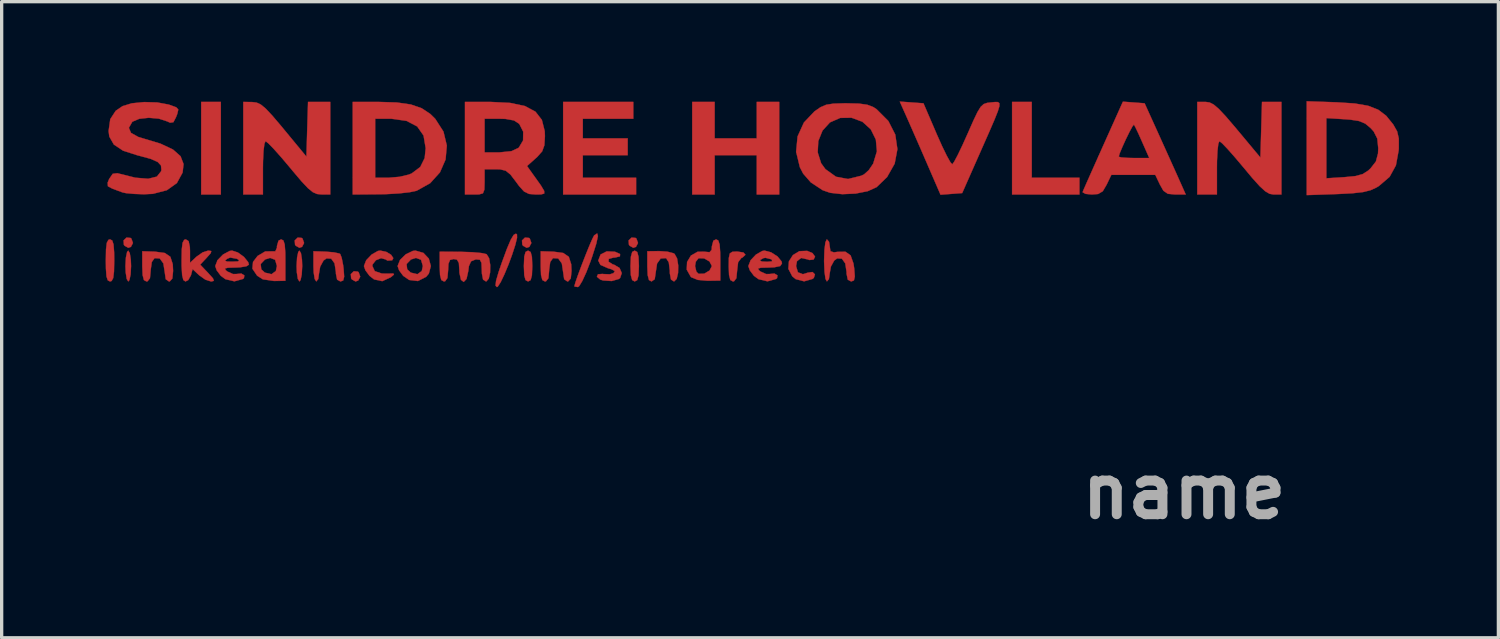
<source format=kicad_pcb>
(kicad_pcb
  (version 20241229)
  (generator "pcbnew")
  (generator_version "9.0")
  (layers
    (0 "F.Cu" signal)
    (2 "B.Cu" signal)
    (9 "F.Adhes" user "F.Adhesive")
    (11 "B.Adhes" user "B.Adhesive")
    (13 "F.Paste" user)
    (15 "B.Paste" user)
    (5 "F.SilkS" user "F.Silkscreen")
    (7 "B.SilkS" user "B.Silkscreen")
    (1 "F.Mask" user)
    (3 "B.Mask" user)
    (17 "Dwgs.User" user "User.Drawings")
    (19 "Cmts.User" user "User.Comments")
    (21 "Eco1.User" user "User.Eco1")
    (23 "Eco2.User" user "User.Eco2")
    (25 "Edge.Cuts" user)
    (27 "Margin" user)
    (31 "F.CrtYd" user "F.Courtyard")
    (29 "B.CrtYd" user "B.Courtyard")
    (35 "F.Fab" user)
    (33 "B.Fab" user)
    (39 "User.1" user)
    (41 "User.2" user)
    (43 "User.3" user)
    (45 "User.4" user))
  (footprint "name"
    (layer "F.Cu")
    (at 0.25 5.428)
    (property "Reference" "name" (at 32.43 6.35 0) (layer "F.Fab") (effects (font (size 1.524 1.524) (thickness 0.3))))
    (attr through_hole)
    (fp_poly (pts (xy 3.364 -2.609) (xy 2.771 -2.609) (xy 2.771 -5.403) (xy 3.364 -5.403) (xy 3.364 -2.609)) (stroke (width 0.01) (type solid)) (fill yes) (layer "F.Cu"))
    (fp_poly (pts (xy 27.833 -3.117) (xy 29.272 -3.117) (xy 29.272 -2.609) (xy 27.24 -2.609) (xy 27.24 -5.403) (xy 27.833 -5.403) (xy 27.833 -3.117)) (stroke (width 0.01) (type solid)) (fill yes) (layer "F.Cu"))
    (fp_poly (pts (xy 0.641 -1.298) (xy 0.664 -1.279) (xy 0.712 -1.146) (xy 0.65 -1.028) (xy 0.57 -1.001) (xy 0.461 -1.062) (xy 0.438 -1.093) (xy 0.428 -1.222) (xy 0.518 -1.309) (xy 0.641 -1.298)) (stroke (width 0.01) (type solid)) (fill yes) (layer "F.Cu"))
    (fp_poly (pts (xy 5.806 -1.298) (xy 5.829 -1.279) (xy 5.876 -1.146) (xy 5.814 -1.028) (xy 5.735 -1.001) (xy 5.626 -1.062) (xy 5.603 -1.093) (xy 5.593 -1.222) (xy 5.683 -1.309) (xy 5.806 -1.298)) (stroke (width 0.01) (type solid)) (fill yes) (layer "F.Cu"))
    (fp_poly (pts (xy 7.499 -0.282) (xy 7.522 -0.263) (xy 7.57 -0.13) (xy 7.508 -0.012) (xy 7.428 0.015) (xy 7.319 -0.046) (xy 7.296 -0.077) (xy 7.286 -0.206) (xy 7.376 -0.293) (xy 7.499 -0.282)) (stroke (width 0.01) (type solid)) (fill yes) (layer "F.Cu"))
    (fp_poly (pts (xy 12.664 -1.298) (xy 12.687 -1.279) (xy 12.734 -1.146) (xy 12.672 -1.028) (xy 12.593 -1.001) (xy 12.484 -1.062) (xy 12.461 -1.093) (xy 12.451 -1.222) (xy 12.541 -1.309) (xy 12.664 -1.298)) (stroke (width 0.01) (type solid)) (fill yes) (layer "F.Cu"))
    (fp_poly (pts (xy 15.881 -1.298) (xy 15.904 -1.279) (xy 15.952 -1.146) (xy 15.89 -1.028) (xy 15.81 -1.001) (xy 15.701 -1.062) (xy 15.678 -1.093) (xy 15.668 -1.222) (xy 15.758 -1.309) (xy 15.881 -1.298)) (stroke (width 0.01) (type solid)) (fill yes) (layer "F.Cu"))
    (fp_poly (pts (xy 0.616 -0.84) (xy 0.647 -0.642) (xy 0.655 -0.45) (xy 0.641 -0.195) (xy 0.605 -0.026) (xy 0.57 0.015) (xy 0.524 -0.061) (xy 0.493 -0.259) (xy 0.485 -0.45) (xy 0.499 -0.705) (xy 0.535 -0.875) (xy 0.57 -0.916) (xy 0.616 -0.84)) (stroke (width 0.01) (type solid)) (fill yes) (layer "F.Cu"))
    (fp_poly (pts (xy 5.781 -0.84) (xy 5.812 -0.642) (xy 5.819 -0.45) (xy 5.805 -0.195) (xy 5.769 -0.026) (xy 5.735 0.015) (xy 5.688 -0.061) (xy 5.657 -0.259) (xy 5.65 -0.45) (xy 5.664 -0.705) (xy 5.7 -0.875) (xy 5.735 -0.916) (xy 5.781 -0.84)) (stroke (width 0.01) (type solid)) (fill yes) (layer "F.Cu"))
    (fp_poly (pts (xy 12.712 -0.874) (xy 12.751 -0.728) (xy 12.762 -0.45) (xy 12.751 -0.17) (xy 12.711 -0.025) (xy 12.635 0.015) (xy 12.558 -0.027) (xy 12.519 -0.173) (xy 12.508 -0.45) (xy 12.519 -0.731) (xy 12.559 -0.876) (xy 12.635 -0.916) (xy 12.712 -0.874)) (stroke (width 0.01) (type solid)) (fill yes) (layer "F.Cu"))
    (fp_poly (pts (xy 15.81 -4.895) (xy 14.286 -4.895) (xy 14.286 -4.303) (xy 15.641 -4.303) (xy 15.641 -3.795) (xy 14.286 -3.795) (xy 14.286 -3.117) (xy 15.895 -3.117) (xy 15.895 -2.609) (xy 13.693 -2.609) (xy 13.693 -5.403) (xy 15.81 -5.403) (xy 15.81 -4.895)) (stroke (width 0.01) (type solid)) (fill yes) (layer "F.Cu"))
    (fp_poly (pts (xy 15.929 -0.874) (xy 15.968 -0.728) (xy 15.979 -0.45) (xy 15.968 -0.17) (xy 15.928 -0.025) (xy 15.852 0.015) (xy 15.776 -0.027) (xy 15.736 -0.173) (xy 15.725 -0.45) (xy 15.737 -0.731) (xy 15.777 -0.876) (xy 15.852 -0.916) (xy 15.929 -0.874)) (stroke (width 0.01) (type solid)) (fill yes) (layer "F.Cu"))
    (fp_poly (pts (xy 18.265 -4.303) (xy 19.535 -4.303) (xy 19.535 -5.403) (xy 20.213 -5.403) (xy 20.213 -2.609) (xy 19.535 -2.609) (xy 19.535 -3.795) (xy 18.265 -3.795) (xy 18.265 -2.609) (xy 17.588 -2.609) (xy 17.588 -5.403) (xy 18.265 -5.403) (xy 18.265 -4.303)) (stroke (width 0.01) (type solid)) (fill yes) (layer "F.Cu"))
    (fp_poly (pts (xy 0.087 -1.221) (xy 0.126 -1.101) (xy 0.144 -0.864) (xy 0.147 -0.62) (xy 0.14 -0.285) (xy 0.116 -0.088) (xy 0.068 0.001) (xy 0.02 0.015) (xy -0.047 -0.018) (xy -0.087 -0.138) (xy -0.104 -0.376) (xy -0.107 -0.62) (xy -0.101 -0.955) (xy -0.077 -1.151) (xy -0.029 -1.24) (xy 0.02 -1.255) (xy 0.087 -1.221)) (stroke (width 0.01) (type solid)) (fill yes) (layer "F.Cu"))
    (fp_poly (pts (xy 19.134 -0.859) (xy 19.194 -0.791) (xy 19.107 -0.709) (xy 19.07 -0.693) (xy 18.973 -0.567) (xy 18.943 -0.314) (xy 18.92 -0.082) (xy 18.848 0.011) (xy 18.816 0.015) (xy 18.738 -0.028) (xy 18.699 -0.178) (xy 18.689 -0.436) (xy 18.693 -0.697) (xy 18.723 -0.831) (xy 18.802 -0.881) (xy 18.943 -0.888) (xy 19.134 -0.859)) (stroke (width 0.01) (type solid)) (fill yes) (layer "F.Cu"))
    (fp_poly (pts (xy 12.3 -1.407) (xy 12.302 -1.302) (xy 12.249 -1.087) (xy 12.157 -0.804) (xy 12.043 -0.494) (xy 11.921 -0.201) (xy 11.809 0.034) (xy 11.722 0.168) (xy 11.695 0.185) (xy 11.653 0.14) (xy 11.669 -0.006) (xy 11.747 -0.274) (xy 11.844 -0.556) (xy 11.997 -0.972) (xy 12.112 -1.243) (xy 12.199 -1.389) (xy 12.266 -1.426) (xy 12.3 -1.407)) (stroke (width 0.01) (type solid)) (fill yes) (layer "F.Cu"))
    (fp_poly (pts (xy 14.742 -1.355) (xy 14.694 -1.13) (xy 14.576 -0.757) (xy 14.519 -0.592) (xy 14.391 -0.261) (xy 14.271 0.00022) (xy 14.176 0.156) (xy 14.138 0.184) (xy 14.039 0.168) (xy 14.032 0.158) (xy 14.062 0.047) (xy 14.139 -0.175) (xy 14.246 -0.462) (xy 14.366 -0.771) (xy 14.481 -1.056) (xy 14.575 -1.272) (xy 14.628 -1.375) (xy 14.629 -1.376) (xy 14.72 -1.435) (xy 14.742 -1.355)) (stroke (width 0.01) (type solid)) (fill yes) (layer "F.Cu"))
    (fp_poly (pts (xy 1.378 -0.884) (xy 1.673 -0.844) (xy 1.841 -0.729) (xy 1.913 -0.505) (xy 1.923 -0.302) (xy 1.901 -0.075) (xy 1.824 0.012) (xy 1.798 0.015) (xy 1.701 -0.053) (xy 1.671 -0.264) (xy 1.63 -0.529) (xy 1.521 -0.679) (xy 1.364 -0.689) (xy 1.281 -0.573) (xy 1.247 -0.334) (xy 1.247 -0.314) (xy 1.225 -0.082) (xy 1.152 0.011) (xy 1.12 0.015) (xy 1.043 -0.027) (xy 1.004 -0.176) (xy 0.993 -0.441) (xy 0.993 -0.896) (xy 1.378 -0.884)) (stroke (width 0.01) (type solid)) (fill yes) (layer "F.Cu"))
    (fp_poly (pts (xy 13.401 -0.884) (xy 13.696 -0.844) (xy 13.864 -0.729) (xy 13.936 -0.505) (xy 13.946 -0.302) (xy 13.923 -0.075) (xy 13.846 0.012) (xy 13.82 0.015) (xy 13.724 -0.053) (xy 13.693 -0.264) (xy 13.653 -0.529) (xy 13.544 -0.679) (xy 13.387 -0.689) (xy 13.303 -0.573) (xy 13.27 -0.334) (xy 13.27 -0.314) (xy 13.248 -0.082) (xy 13.175 0.011) (xy 13.143 0.015) (xy 13.066 -0.027) (xy 13.026 -0.176) (xy 13.016 -0.441) (xy 13.016 -0.896) (xy 13.401 -0.884)) (stroke (width 0.01) (type solid)) (fill yes) (layer "F.Cu"))
    (fp_poly (pts (xy 21.218 -0.84) (xy 21.295 -0.734) (xy 21.249 -0.646) (xy 21.122 -0.632) (xy 21.075 -0.65) (xy 20.873 -0.694) (xy 20.748 -0.595) (xy 20.721 -0.45) (xy 20.777 -0.261) (xy 20.928 -0.204) (xy 21.075 -0.25) (xy 21.218 -0.27) (xy 21.292 -0.198) (xy 21.257 -0.092) (xy 21.218 -0.061) (xy 20.965 0.011) (xy 20.711 -0.055) (xy 20.607 -0.14) (xy 20.489 -0.367) (xy 20.506 -0.593) (xy 20.627 -0.782) (xy 20.821 -0.899) (xy 21.057 -0.908) (xy 21.218 -0.84)) (stroke (width 0.01) (type solid)) (fill yes) (layer "F.Cu"))
    (fp_poly (pts (xy 8.353 -0.879) (xy 8.5 -0.791) (xy 8.568 -0.69) (xy 8.534 -0.623) (xy 8.39 -0.615) (xy 8.339 -0.649) (xy 8.2 -0.688) (xy 8.043 -0.626) (xy 7.943 -0.499) (xy 7.936 -0.452) (xy 8.009 -0.296) (xy 8.222 -0.224) (xy 8.399 -0.221) (xy 8.569 -0.226) (xy 8.588 -0.193) (xy 8.491 -0.111) (xy 8.234 0.006) (xy 7.988 -0.047) (xy 7.851 -0.154) (xy 7.726 -0.322) (xy 7.682 -0.45) (xy 7.75 -0.625) (xy 7.913 -0.796) (xy 8.103 -0.905) (xy 8.174 -0.916) (xy 8.353 -0.879)) (stroke (width 0.01) (type solid)) (fill yes) (layer "F.Cu"))
    (fp_poly (pts (xy 16.84 -0.884) (xy 17.025 -0.835) (xy 17.056 -0.816) (xy 17.131 -0.68) (xy 17.165 -0.469) (xy 17.161 -0.243) (xy 17.119 -0.062) (xy 17.041 0.015) (xy 17.038 0.015) (xy 16.948 -0.042) (xy 16.912 -0.232) (xy 16.911 -0.314) (xy 16.881 -0.561) (xy 16.801 -0.686) (xy 16.794 -0.689) (xy 16.636 -0.678) (xy 16.527 -0.527) (xy 16.487 -0.264) (xy 16.456 -0.052) (xy 16.36 0.015) (xy 16.283 -0.027) (xy 16.244 -0.176) (xy 16.233 -0.44) (xy 16.233 -0.896) (xy 16.591 -0.901) (xy 16.84 -0.884)) (stroke (width 0.01) (type solid)) (fill yes) (layer "F.Cu"))
    (fp_poly (pts (xy 6.533 -0.884) (xy 6.774 -0.864) (xy 6.937 -0.829) (xy 6.966 -0.813) (xy 7.01 -0.7) (xy 7.053 -0.483) (xy 7.068 -0.37) (xy 7.085 -0.129) (xy 7.056 -0.014) (xy 6.974 0.015) (xy 6.973 0.015) (xy 6.873 -0.039) (xy 6.836 -0.22) (xy 6.835 -0.271) (xy 6.796 -0.53) (xy 6.695 -0.673) (xy 6.553 -0.681) (xy 6.463 -0.617) (xy 6.362 -0.433) (xy 6.327 -0.233) (xy 6.302 -0.057) (xy 6.243 0.015) (xy 6.196 -0.061) (xy 6.165 -0.258) (xy 6.158 -0.441) (xy 6.158 -0.896) (xy 6.533 -0.884)) (stroke (width 0.01) (type solid)) (fill yes) (layer "F.Cu"))
    (fp_poly (pts (xy 9.477 -0.847) (xy 9.639 -0.675) (xy 9.701 -0.45) (xy 9.64 -0.222) (xy 9.559 -0.125) (xy 9.31 0.002) (xy 9.047 -0.03) (xy 8.867 -0.154) (xy 8.742 -0.322) (xy 8.698 -0.45) (xy 8.722 -0.511) (xy 8.968 -0.511) (xy 8.987 -0.351) (xy 9.095 -0.252) (xy 9.296 -0.204) (xy 9.427 -0.3) (xy 9.46 -0.452) (xy 9.404 -0.64) (xy 9.252 -0.696) (xy 9.1 -0.648) (xy 8.968 -0.511) (xy 8.722 -0.511) (xy 8.77 -0.633) (xy 8.943 -0.803) (xy 9.156 -0.906) (xy 9.235 -0.916) (xy 9.477 -0.847)) (stroke (width 0.01) (type solid)) (fill yes) (layer "F.Cu"))
    (fp_poly (pts (xy 15.256 -0.882) (xy 15.411 -0.812) (xy 15.407 -0.743) (xy 15.253 -0.705) (xy 15.211 -0.704) (xy 15.069 -0.666) (xy 15.063 -0.582) (xy 15.189 -0.501) (xy 15.233 -0.489) (xy 15.396 -0.391) (xy 15.462 -0.238) (xy 15.412 -0.091) (xy 15.374 -0.06) (xy 15.159 0.002) (xy 14.9 -0.015) (xy 14.815 -0.041) (xy 14.711 -0.127) (xy 14.744 -0.202) (xy 14.886 -0.213) (xy 14.9 -0.209) (xy 15.103 -0.201) (xy 15.212 -0.236) (xy 15.254 -0.297) (xy 15.151 -0.354) (xy 15.042 -0.386) (xy 14.819 -0.484) (xy 14.752 -0.616) (xy 14.823 -0.799) (xy 15.009 -0.893) (xy 15.256 -0.882)) (stroke (width 0.01) (type solid)) (fill yes) (layer "F.Cu"))
    (fp_poly (pts (xy 2.392 -1.201) (xy 2.429 -1.022) (xy 2.433 -0.901) (xy 2.433 -0.548) (xy 2.629 -0.732) (xy 2.816 -0.863) (xy 2.982 -0.916) (xy 3.075 -0.903) (xy 3.06 -0.841) (xy 2.94 -0.704) (xy 2.741 -0.492) (xy 2.983 -0.238) (xy 3.126 -0.079) (xy 3.154 -0.004) (xy 3.078 0.015) (xy 3.068 0.015) (xy 2.896 -0.04) (xy 2.71 -0.172) (xy 2.511 -0.359) (xy 2.462 -0.172) (xy 2.379 -0.025) (xy 2.296 0.015) (xy 2.233 -0.027) (xy 2.196 -0.173) (xy 2.18 -0.449) (xy 2.179 -0.62) (xy 2.185 -0.955) (xy 2.209 -1.151) (xy 2.257 -1.24) (xy 2.306 -1.255) (xy 2.392 -1.201)) (stroke (width 0.01) (type solid)) (fill yes) (layer "F.Cu"))
    (fp_poly (pts (xy 5.252 -1.221) (xy 5.291 -1.1) (xy 5.309 -0.86) (xy 5.311 -0.63) (xy 5.311 -0.005) (xy 4.967 0.000025) (xy 4.633 -0.049) (xy 4.459 -0.159) (xy 4.316 -0.371) (xy 4.329 -0.511) (xy 4.566 -0.511) (xy 4.584 -0.351) (xy 4.692 -0.252) (xy 4.893 -0.204) (xy 5.024 -0.3) (xy 5.057 -0.452) (xy 5.001 -0.64) (xy 4.85 -0.696) (xy 4.697 -0.648) (xy 4.566 -0.511) (xy 4.329 -0.511) (xy 4.335 -0.574) (xy 4.473 -0.755) (xy 4.703 -0.891) (xy 4.854 -0.894) (xy 5.007 -0.893) (xy 5.056 -1.001) (xy 5.057 -1.055) (xy 5.104 -1.216) (xy 5.184 -1.255) (xy 5.252 -1.221)) (stroke (width 0.01) (type solid)) (fill yes) (layer "F.Cu"))
    (fp_poly (pts (xy 33.2 -5.386) (xy 33.326 -5.321) (xy 33.482 -5.187) (xy 33.691 -4.964) (xy 33.976 -4.631) (xy 34.032 -4.564) (xy 34.733 -3.724) (xy 34.757 -4.564) (xy 34.781 -5.403) (xy 35.368 -5.403) (xy 35.368 -2.609) (xy 35.131 -2.609) (xy 35.01 -2.63) (xy 34.878 -2.707) (xy 34.71 -2.861) (xy 34.484 -3.112) (xy 34.232 -3.414) (xy 33.972 -3.722) (xy 33.748 -3.976) (xy 33.582 -4.15) (xy 33.497 -4.218) (xy 33.495 -4.218) (xy 33.463 -4.14) (xy 33.438 -3.929) (xy 33.423 -3.622) (xy 33.421 -3.414) (xy 33.421 -2.609) (xy 32.828 -2.609) (xy 32.828 -5.403) (xy 33.08 -5.403) (xy 33.2 -5.386)) (stroke (width 0.01) (type solid)) (fill yes) (layer "F.Cu"))
    (fp_poly (pts (xy 6.666 -2.609) (xy 6.391 -2.611) (xy 6.263 -2.625) (xy 6.139 -2.68) (xy 5.994 -2.799) (xy 5.803 -3.001) (xy 5.541 -3.31) (xy 5.454 -3.415) (xy 5.194 -3.723) (xy 4.968 -3.977) (xy 4.801 -4.15) (xy 4.715 -4.218) (xy 4.713 -4.218) (xy 4.679 -4.14) (xy 4.652 -3.929) (xy 4.637 -3.622) (xy 4.634 -3.414) (xy 4.634 -2.609) (xy 4.041 -2.609) (xy 4.041 -5.403) (xy 4.316 -5.398) (xy 4.444 -5.382) (xy 4.569 -5.324) (xy 4.716 -5.203) (xy 4.91 -4.997) (xy 5.175 -4.686) (xy 5.269 -4.572) (xy 5.946 -3.752) (xy 5.97 -4.578) (xy 5.995 -5.403) (xy 6.666 -5.403) (xy 6.666 -2.609)) (stroke (width 0.01) (type solid)) (fill yes) (layer "F.Cu"))
    (fp_poly (pts (xy 18.375 -1.221) (xy 18.415 -1.099) (xy 18.432 -0.859) (xy 18.435 -0.633) (xy 18.435 -0.012) (xy 18.052 -0.006) (xy 17.755 -0.032) (xy 17.559 -0.112) (xy 17.544 -0.125) (xy 17.422 -0.343) (xy 17.427 -0.45) (xy 17.673 -0.45) (xy 17.713 -0.282) (xy 17.778 -0.215) (xy 17.951 -0.22) (xy 18.111 -0.315) (xy 18.181 -0.45) (xy 18.109 -0.588) (xy 17.948 -0.681) (xy 17.778 -0.686) (xy 17.696 -0.582) (xy 17.673 -0.45) (xy 17.427 -0.45) (xy 17.433 -0.573) (xy 17.55 -0.768) (xy 17.751 -0.881) (xy 17.94 -0.884) (xy 18.111 -0.868) (xy 18.174 -0.94) (xy 18.181 -1.045) (xy 18.225 -1.214) (xy 18.308 -1.255) (xy 18.375 -1.221)) (stroke (width 0.01) (type solid)) (fill yes) (layer "F.Cu"))
    (fp_poly (pts (xy 21.716 -1.182) (xy 21.737 -1.045) (xy 21.759 -0.898) (xy 21.862 -0.863) (xy 21.969 -0.878) (xy 22.212 -0.882) (xy 22.367 -0.772) (xy 22.454 -0.526) (xy 22.476 -0.376) (xy 22.494 -0.133) (xy 22.467 -0.016) (xy 22.387 0.015) (xy 22.383 0.015) (xy 22.282 -0.039) (xy 22.245 -0.22) (xy 22.245 -0.271) (xy 22.206 -0.53) (xy 22.104 -0.673) (xy 21.962 -0.681) (xy 21.873 -0.617) (xy 21.772 -0.433) (xy 21.737 -0.233) (xy 21.712 -0.057) (xy 21.652 0.015) (xy 21.609 -0.064) (xy 21.58 -0.277) (xy 21.567 -0.59) (xy 21.567 -0.62) (xy 21.578 -0.94) (xy 21.606 -1.163) (xy 21.648 -1.254) (xy 21.652 -1.255) (xy 21.716 -1.182)) (stroke (width 0.01) (type solid)) (fill yes) (layer "F.Cu"))
    (fp_poly (pts (xy 8.673 -5.386) (xy 9.097 -5.325) (xy 9.424 -5.212) (xy 9.688 -5.036) (xy 9.832 -4.894) (xy 10.082 -4.506) (xy 10.183 -4.085) (xy 10.145 -3.664) (xy 9.975 -3.276) (xy 9.681 -2.951) (xy 9.273 -2.723) (xy 9.27 -2.722) (xy 9.064 -2.678) (xy 8.743 -2.642) (xy 8.362 -2.62) (xy 8.169 -2.616) (xy 7.343 -2.609) (xy 7.343 -4.895) (xy 8.021 -4.895) (xy 8.021 -3.117) (xy 8.448 -3.117) (xy 8.755 -3.143) (xy 9.034 -3.209) (xy 9.123 -3.245) (xy 9.382 -3.44) (xy 9.515 -3.71) (xy 9.545 -4.006) (xy 9.481 -4.388) (xy 9.288 -4.663) (xy 8.965 -4.831) (xy 8.509 -4.895) (xy 8.448 -4.895) (xy 8.021 -4.895) (xy 7.343 -4.895) (xy 7.343 -5.403) (xy 8.117 -5.403) (xy 8.673 -5.386)) (stroke (width 0.01) (type solid)) (fill yes) (layer "F.Cu"))
    (fp_poly (pts (xy 24.208 -5.387) (xy 24.566 -5.361) (xy 24.966 -4.43) (xy 25.126 -4.071) (xy 25.268 -3.78) (xy 25.376 -3.586) (xy 25.435 -3.519) (xy 25.435 -3.519) (xy 25.494 -3.601) (xy 25.603 -3.806) (xy 25.746 -4.105) (xy 25.901 -4.45) (xy 26.072 -4.838) (xy 26.196 -5.097) (xy 26.293 -5.255) (xy 26.384 -5.338) (xy 26.488 -5.374) (xy 26.607 -5.388) (xy 26.727 -5.4) (xy 26.811 -5.398) (xy 26.856 -5.364) (xy 26.857 -5.277) (xy 26.809 -5.118) (xy 26.709 -4.867) (xy 26.552 -4.504) (xy 26.334 -4.01) (xy 26.276 -3.879) (xy 25.734 -2.652) (xy 25.407 -2.627) (xy 25.081 -2.602) (xy 24.685 -3.516) (xy 24.502 -3.938) (xy 24.318 -4.359) (xy 24.158 -4.723) (xy 24.07 -4.922) (xy 23.851 -5.413) (xy 24.208 -5.387)) (stroke (width 0.01) (type solid)) (fill yes) (layer "F.Cu"))
    (fp_poly (pts (xy 3.878 -0.859) (xy 4.061 -0.726) (xy 4.188 -0.569) (xy 4.211 -0.493) (xy 4.135 -0.443) (xy 3.941 -0.411) (xy 3.808 -0.405) (xy 3.575 -0.399) (xy 3.485 -0.375) (xy 3.515 -0.322) (xy 3.563 -0.284) (xy 3.732 -0.208) (xy 3.834 -0.21) (xy 3.981 -0.224) (xy 4.073 -0.17) (xy 4.061 -0.086) (xy 4.029 -0.06) (xy 3.773 0.011) (xy 3.503 -0.053) (xy 3.364 -0.154) (xy 3.238 -0.322) (xy 3.195 -0.45) (xy 3.258 -0.612) (xy 3.485 -0.612) (xy 3.55 -0.587) (xy 3.703 -0.583) (xy 3.884 -0.591) (xy 3.916 -0.622) (xy 3.851 -0.669) (xy 3.646 -0.706) (xy 3.554 -0.669) (xy 3.485 -0.612) (xy 3.258 -0.612) (xy 3.264 -0.628) (xy 3.431 -0.799) (xy 3.629 -0.905) (xy 3.703 -0.916) (xy 3.878 -0.859)) (stroke (width 0.01) (type solid)) (fill yes) (layer "F.Cu"))
    (fp_poly (pts (xy 19.968 -0.864) (xy 20.161 -0.74) (xy 20.283 -0.591) (xy 20.297 -0.53) (xy 20.243 -0.45) (xy 20.063 -0.412) (xy 19.895 -0.405) (xy 19.661 -0.399) (xy 19.572 -0.375) (xy 19.602 -0.322) (xy 19.649 -0.284) (xy 19.818 -0.208) (xy 19.92 -0.21) (xy 20.067 -0.224) (xy 20.16 -0.17) (xy 20.148 -0.086) (xy 20.116 -0.06) (xy 19.859 0.011) (xy 19.59 -0.053) (xy 19.451 -0.154) (xy 19.325 -0.322) (xy 19.281 -0.45) (xy 19.35 -0.624) (xy 19.351 -0.626) (xy 19.627 -0.626) (xy 19.684 -0.588) (xy 19.853 -0.579) (xy 19.999 -0.593) (xy 19.989 -0.64) (xy 19.966 -0.656) (xy 19.798 -0.699) (xy 19.733 -0.688) (xy 19.627 -0.626) (xy 19.351 -0.626) (xy 19.511 -0.796) (xy 19.7 -0.904) (xy 19.77 -0.916) (xy 19.968 -0.864)) (stroke (width 0.01) (type solid)) (fill yes) (layer "F.Cu"))
    (fp_poly (pts (xy 10.624 -0.879) (xy 10.951 -0.868) (xy 11.218 -0.844) (xy 11.374 -0.811) (xy 11.386 -0.805) (xy 11.459 -0.684) (xy 11.493 -0.481) (xy 11.489 -0.256) (xy 11.449 -0.071) (xy 11.374 0.015) (xy 11.365 0.015) (xy 11.277 -0.04) (xy 11.241 -0.223) (xy 11.238 -0.329) (xy 11.228 -0.548) (xy 11.18 -0.64) (xy 11.068 -0.65) (xy 11.047 -0.647) (xy 10.914 -0.593) (xy 10.849 -0.448) (xy 10.831 -0.302) (xy 10.777 -0.06) (xy 10.693 0.029) (xy 10.61 -0.034) (xy 10.563 -0.246) (xy 10.561 -0.323) (xy 10.546 -0.545) (xy 10.489 -0.643) (xy 10.391 -0.662) (xy 10.28 -0.634) (xy 10.232 -0.519) (xy 10.222 -0.323) (xy 10.201 -0.088) (xy 10.131 0.009) (xy 10.095 0.015) (xy 10.017 -0.028) (xy 9.978 -0.178) (xy 9.968 -0.435) (xy 9.968 -0.884) (xy 10.624 -0.879)) (stroke (width 0.01) (type solid)) (fill yes) (layer "F.Cu"))
    (fp_poly (pts (xy 37.04 -5.391) (xy 37.578 -5.356) (xy 37.983 -5.286) (xy 38.288 -5.167) (xy 38.528 -4.985) (xy 38.737 -4.727) (xy 38.741 -4.722) (xy 38.859 -4.513) (xy 38.909 -4.298) (xy 38.909 -4.004) (xy 38.905 -3.942) (xy 38.822 -3.488) (xy 38.632 -3.142) (xy 38.312 -2.868) (xy 38.238 -2.822) (xy 38.058 -2.739) (xy 37.829 -2.682) (xy 37.51 -2.646) (xy 37.064 -2.623) (xy 37.04 -2.622) (xy 36.13 -2.591) (xy 36.13 -3.098) (xy 36.723 -3.098) (xy 37.275 -3.133) (xy 37.603 -3.165) (xy 37.82 -3.225) (xy 37.986 -3.331) (xy 38.058 -3.399) (xy 38.218 -3.605) (xy 38.282 -3.846) (xy 38.289 -4.006) (xy 38.26 -4.297) (xy 38.152 -4.51) (xy 38.058 -4.614) (xy 37.897 -4.748) (xy 37.71 -4.826) (xy 37.439 -4.868) (xy 37.275 -4.88) (xy 36.723 -4.915) (xy 36.723 -3.098) (xy 36.13 -3.098) (xy 36.13 -5.422) (xy 37.04 -5.391)) (stroke (width 0.01) (type solid)) (fill yes) (layer "F.Cu"))
    (fp_poly (pts (xy 30.912 -5.386) (xy 31.239 -5.361) (xy 31.661 -4.43) (xy 31.849 -4.014) (xy 32.033 -3.606) (xy 32.19 -3.258) (xy 32.281 -3.054) (xy 32.48 -2.609) (xy 32.162 -2.609) (xy 31.94 -2.63) (xy 31.806 -2.723) (xy 31.702 -2.906) (xy 31.561 -3.202) (xy 30.235 -3.202) (xy 30.093 -2.906) (xy 29.976 -2.707) (xy 29.836 -2.624) (xy 29.647 -2.609) (xy 29.456 -2.628) (xy 29.37 -2.675) (xy 29.371 -2.688) (xy 29.413 -2.789) (xy 29.513 -3.016) (xy 29.659 -3.344) (xy 29.838 -3.745) (xy 29.84 -3.75) (xy 30.457 -3.75) (xy 30.457 -3.75) (xy 30.534 -3.728) (xy 30.731 -3.714) (xy 30.918 -3.71) (xy 31.379 -3.71) (xy 31.164 -4.197) (xy 31.048 -4.456) (xy 30.957 -4.645) (xy 30.916 -4.718) (xy 30.872 -4.664) (xy 30.784 -4.502) (xy 30.675 -4.281) (xy 30.57 -4.05) (xy 30.489 -3.857) (xy 30.457 -3.75) (xy 29.84 -3.75) (xy 29.992 -4.089) (xy 30.584 -5.41) (xy 30.912 -5.386)) (stroke (width 0.01) (type solid)) (fill yes) (layer "F.Cu"))
    (fp_poly (pts (xy 12.091 -5.373) (xy 12.541 -5.278) (xy 12.857 -5.109) (xy 13.051 -4.86) (xy 13.137 -4.521) (xy 13.143 -4.372) (xy 13.127 -4.096) (xy 13.06 -3.911) (xy 12.909 -3.741) (xy 12.873 -3.709) (xy 12.603 -3.468) (xy 12.835 -3.144) (xy 13.026 -2.876) (xy 13.121 -2.716) (xy 13.122 -2.638) (xy 13.03 -2.612) (xy 12.868 -2.609) (xy 12.664 -2.626) (xy 12.515 -2.698) (xy 12.365 -2.863) (xy 12.272 -2.99) (xy 12.101 -3.214) (xy 11.96 -3.327) (xy 11.791 -3.368) (xy 11.663 -3.371) (xy 11.323 -3.371) (xy 11.323 -2.99) (xy 11.316 -2.756) (xy 11.273 -2.645) (xy 11.158 -2.612) (xy 11.026 -2.609) (xy 10.73 -2.609) (xy 10.73 -4.895) (xy 11.323 -4.895) (xy 11.323 -3.879) (xy 11.76 -3.879) (xy 12.131 -3.916) (xy 12.353 -4.02) (xy 12.484 -4.24) (xy 12.488 -4.505) (xy 12.368 -4.741) (xy 12.21 -4.844) (xy 11.954 -4.89) (xy 11.775 -4.895) (xy 11.323 -4.895) (xy 10.73 -4.895) (xy 10.73 -5.403) (xy 11.495 -5.403) (xy 12.091 -5.373)) (stroke (width 0.01) (type solid)) (fill yes) (layer "F.Cu"))
    (fp_poly (pts (xy 22.621 -5.352) (xy 22.87 -5.317) (xy 23.051 -5.248) (xy 23.149 -5.184) (xy 23.505 -4.828) (xy 23.715 -4.417) (xy 23.779 -3.978) (xy 23.697 -3.541) (xy 23.468 -3.136) (xy 23.152 -2.831) (xy 22.883 -2.709) (xy 22.517 -2.637) (xy 22.118 -2.619) (xy 21.752 -2.66) (xy 21.525 -2.738) (xy 21.168 -2.973) (xy 20.935 -3.24) (xy 20.836 -3.432) (xy 20.728 -3.879) (xy 21.374 -3.879) (xy 21.478 -3.551) (xy 21.607 -3.374) (xy 21.928 -3.144) (xy 22.29 -3.077) (xy 22.687 -3.175) (xy 22.773 -3.216) (xy 22.915 -3.343) (xy 23.048 -3.539) (xy 23.161 -3.911) (xy 23.129 -4.266) (xy 22.977 -4.574) (xy 22.724 -4.804) (xy 22.393 -4.926) (xy 22.051 -4.92) (xy 21.743 -4.784) (xy 21.519 -4.537) (xy 21.392 -4.221) (xy 21.374 -3.879) (xy 20.728 -3.879) (xy 20.723 -3.9) (xy 20.767 -4.361) (xy 20.958 -4.781) (xy 21.277 -5.117) (xy 21.459 -5.243) (xy 21.631 -5.317) (xy 21.849 -5.351) (xy 22.169 -5.361) (xy 22.253 -5.361) (xy 22.621 -5.352)) (stroke (width 0.01) (type solid)) (fill yes) (layer "F.Cu"))
    (fp_poly (pts (xy 1.441 -5.387) (xy 1.784 -5.324) (xy 1.827 -5.31) (xy 2.017 -5.241) (xy 2.08 -5.173) (xy 2.05 -5.043) (xy 2.01 -4.94) (xy 1.932 -4.79) (xy 1.831 -4.776) (xy 1.749 -4.814) (xy 1.492 -4.898) (xy 1.187 -4.924) (xy 0.901 -4.893) (xy 0.701 -4.808) (xy 0.688 -4.796) (xy 0.588 -4.621) (xy 0.653 -4.468) (xy 0.876 -4.344) (xy 1.01 -4.304) (xy 1.544 -4.143) (xy 1.92 -3.966) (xy 2.148 -3.764) (xy 2.239 -3.528) (xy 2.21 -3.271) (xy 2.037 -2.954) (xy 1.734 -2.738) (xy 1.312 -2.629) (xy 1.044 -2.616) (xy 0.747 -2.627) (xy 0.508 -2.649) (xy 0.401 -2.671) (xy 0.219 -2.738) (xy 0.084 -2.789) (xy -0.044 -2.858) (xy -0.052 -2.965) (xy -0.006 -3.078) (xy 0.102 -3.234) (xy 0.243 -3.251) (xy 0.269 -3.244) (xy 0.783 -3.116) (xy 1.173 -3.084) (xy 1.434 -3.149) (xy 1.562 -3.311) (xy 1.57 -3.35) (xy 1.558 -3.485) (xy 1.458 -3.591) (xy 1.245 -3.685) (xy 0.892 -3.781) (xy 0.846 -3.792) (xy 0.414 -3.931) (xy 0.136 -4.116) (xy -0.002 -4.357) (xy -0.023 -4.526) (xy 0.027 -4.882) (xy 0.191 -5.134) (xy 0.399 -5.276) (xy 0.678 -5.361) (xy 1.049 -5.398) (xy 1.441 -5.387)) (stroke (width 0.01) (type solid)) (fill yes) (layer "F.Cu"))
    (fp_poly (pts (xy 3.364 -2.61) (xy 2.771 -2.61) (xy 2.771 -5.404) (xy 3.364 -5.404) (xy 3.364 -2.61)) (stroke (width 0.01) (type solid)) (fill yes) (layer "F.Mask"))
    (fp_poly (pts (xy 27.833 -3.118) (xy 29.272 -3.118) (xy 29.272 -2.61) (xy 27.24 -2.61) (xy 27.24 -5.404) (xy 27.833 -5.404) (xy 27.833 -3.118)) (stroke (width 0.01) (type solid)) (fill yes) (layer "F.Mask"))
    (fp_poly (pts (xy 0.641 -1.299) (xy 0.664 -1.28) (xy 0.712 -1.146) (xy 0.65 -1.028) (xy 0.57 -1.002) (xy 0.461 -1.063) (xy 0.438 -1.094) (xy 0.428 -1.223) (xy 0.518 -1.309) (xy 0.641 -1.299)) (stroke (width 0.01) (type solid)) (fill yes) (layer "F.Mask"))
    (fp_poly (pts (xy 5.806 -1.299) (xy 5.829 -1.28) (xy 5.876 -1.146) (xy 5.814 -1.028) (xy 5.735 -1.002) (xy 5.626 -1.063) (xy 5.603 -1.094) (xy 5.593 -1.223) (xy 5.683 -1.309) (xy 5.806 -1.299)) (stroke (width 0.01) (type solid)) (fill yes) (layer "F.Mask"))
    (fp_poly (pts (xy 7.499 -0.283) (xy 7.522 -0.264) (xy 7.57 -0.13) (xy 7.508 -0.012) (xy 7.428 0.014) (xy 7.319 -0.047) (xy 7.296 -0.078) (xy 7.286 -0.207) (xy 7.376 -0.293) (xy 7.499 -0.283)) (stroke (width 0.01) (type solid)) (fill yes) (layer "F.Mask"))
    (fp_poly (pts (xy 12.664 -1.299) (xy 12.687 -1.28) (xy 12.734 -1.146) (xy 12.672 -1.028) (xy 12.593 -1.002) (xy 12.484 -1.063) (xy 12.461 -1.094) (xy 12.451 -1.223) (xy 12.541 -1.309) (xy 12.664 -1.299)) (stroke (width 0.01) (type solid)) (fill yes) (layer "F.Mask"))
    (fp_poly (pts (xy 15.881 -1.299) (xy 15.904 -1.28) (xy 15.952 -1.146) (xy 15.89 -1.028) (xy 15.81 -1.002) (xy 15.701 -1.063) (xy 15.678 -1.094) (xy 15.668 -1.223) (xy 15.758 -1.309) (xy 15.881 -1.299)) (stroke (width 0.01) (type solid)) (fill yes) (layer "F.Mask"))
    (fp_poly (pts (xy 0.616 -0.84) (xy 0.647 -0.643) (xy 0.655 -0.451) (xy 0.641 -0.196) (xy 0.605 -0.027) (xy 0.57 0.014) (xy 0.524 -0.062) (xy 0.493 -0.26) (xy 0.485 -0.451) (xy 0.499 -0.706) (xy 0.535 -0.875) (xy 0.57 -0.917) (xy 0.616 -0.84)) (stroke (width 0.01) (type solid)) (fill yes) (layer "F.Mask"))
    (fp_poly (pts (xy 5.781 -0.84) (xy 5.812 -0.643) (xy 5.819 -0.451) (xy 5.805 -0.196) (xy 5.769 -0.027) (xy 5.735 0.014) (xy 5.688 -0.062) (xy 5.657 -0.26) (xy 5.65 -0.451) (xy 5.664 -0.706) (xy 5.7 -0.875) (xy 5.735 -0.917) (xy 5.781 -0.84)) (stroke (width 0.01) (type solid)) (fill yes) (layer "F.Mask"))
    (fp_poly (pts (xy 12.712 -0.875) (xy 12.751 -0.728) (xy 12.762 -0.451) (xy 12.751 -0.17) (xy 12.711 -0.026) (xy 12.635 0.014) (xy 12.558 -0.027) (xy 12.519 -0.174) (xy 12.508 -0.451) (xy 12.519 -0.732) (xy 12.559 -0.877) (xy 12.635 -0.917) (xy 12.712 -0.875)) (stroke (width 0.01) (type solid)) (fill yes) (layer "F.Mask"))
    (fp_poly (pts (xy 15.81 -4.896) (xy 14.286 -4.896) (xy 14.286 -4.304) (xy 15.641 -4.304) (xy 15.641 -3.796) (xy 14.286 -3.796) (xy 14.286 -3.118) (xy 15.895 -3.118) (xy 15.895 -2.61) (xy 13.693 -2.61) (xy 13.693 -5.404) (xy 15.81 -5.404) (xy 15.81 -4.896)) (stroke (width 0.01) (type solid)) (fill yes) (layer "F.Mask"))
    (fp_poly (pts (xy 15.929 -0.875) (xy 15.968 -0.728) (xy 15.979 -0.451) (xy 15.968 -0.17) (xy 15.928 -0.026) (xy 15.852 0.014) (xy 15.776 -0.027) (xy 15.736 -0.174) (xy 15.725 -0.451) (xy 15.737 -0.732) (xy 15.777 -0.877) (xy 15.852 -0.917) (xy 15.929 -0.875)) (stroke (width 0.01) (type solid)) (fill yes) (layer "F.Mask"))
    (fp_poly (pts (xy 18.265 -4.304) (xy 19.535 -4.304) (xy 19.535 -5.404) (xy 20.213 -5.404) (xy 20.213 -2.61) (xy 19.535 -2.61) (xy 19.535 -3.796) (xy 18.265 -3.796) (xy 18.265 -2.61) (xy 17.588 -2.61) (xy 17.588 -5.404) (xy 18.265 -5.404) (xy 18.265 -4.304)) (stroke (width 0.01) (type solid)) (fill yes) (layer "F.Mask"))
    (fp_poly (pts (xy 0.087 -1.222) (xy 0.126 -1.102) (xy 0.144 -0.864) (xy 0.147 -0.621) (xy 0.14 -0.286) (xy 0.116 -0.089) (xy 0.068 -0.000156) (xy 0.02 0.014) (xy -0.047 -0.019) (xy -0.087 -0.139) (xy -0.104 -0.377) (xy -0.107 -0.621) (xy -0.101 -0.956) (xy -0.077 -1.152) (xy -0.029 -1.241) (xy 0.02 -1.256) (xy 0.087 -1.222)) (stroke (width 0.01) (type solid)) (fill yes) (layer "F.Mask"))
    (fp_poly (pts (xy 19.134 -0.86) (xy 19.194 -0.792) (xy 19.107 -0.71) (xy 19.07 -0.694) (xy 18.973 -0.568) (xy 18.943 -0.315) (xy 18.92 -0.083) (xy 18.848 0.01) (xy 18.816 0.014) (xy 18.738 -0.028) (xy 18.699 -0.178) (xy 18.689 -0.437) (xy 18.693 -0.698) (xy 18.723 -0.832) (xy 18.802 -0.882) (xy 18.943 -0.889) (xy 19.134 -0.86)) (stroke (width 0.01) (type solid)) (fill yes) (layer "F.Mask"))
    (fp_poly (pts (xy 12.3 -1.407) (xy 12.302 -1.303) (xy 12.249 -1.088) (xy 12.157 -0.805) (xy 12.043 -0.495) (xy 11.921 -0.202) (xy 11.809 0.033) (xy 11.722 0.167) (xy 11.695 0.184) (xy 11.653 0.139) (xy 11.669 -0.007) (xy 11.747 -0.274) (xy 11.844 -0.557) (xy 11.997 -0.973) (xy 12.112 -1.244) (xy 12.199 -1.389) (xy 12.266 -1.427) (xy 12.3 -1.407)) (stroke (width 0.01) (type solid)) (fill yes) (layer "F.Mask"))
    (fp_poly (pts (xy 14.742 -1.356) (xy 14.694 -1.131) (xy 14.576 -0.758) (xy 14.519 -0.593) (xy 14.391 -0.261) (xy 14.271 -0.001) (xy 14.176 0.155) (xy 14.138 0.183) (xy 14.039 0.167) (xy 14.032 0.158) (xy 14.062 0.046) (xy 14.139 -0.176) (xy 14.246 -0.463) (xy 14.366 -0.772) (xy 14.481 -1.057) (xy 14.575 -1.273) (xy 14.628 -1.376) (xy 14.629 -1.377) (xy 14.72 -1.436) (xy 14.742 -1.356)) (stroke (width 0.01) (type solid)) (fill yes) (layer "F.Mask"))
    (fp_poly (pts (xy 1.378 -0.884) (xy 1.673 -0.845) (xy 1.841 -0.73) (xy 1.913 -0.506) (xy 1.923 -0.303) (xy 1.901 -0.076) (xy 1.824 0.011) (xy 1.798 0.014) (xy 1.701 -0.054) (xy 1.671 -0.265) (xy 1.63 -0.53) (xy 1.521 -0.68) (xy 1.364 -0.69) (xy 1.281 -0.574) (xy 1.247 -0.334) (xy 1.247 -0.315) (xy 1.225 -0.083) (xy 1.152 0.01) (xy 1.12 0.014) (xy 1.043 -0.028) (xy 1.004 -0.177) (xy 0.993 -0.441) (xy 0.993 -0.897) (xy 1.378 -0.884)) (stroke (width 0.01) (type solid)) (fill yes) (layer "F.Mask"))
    (fp_poly (pts (xy 13.401 -0.884) (xy 13.696 -0.845) (xy 13.864 -0.73) (xy 13.936 -0.506) (xy 13.946 -0.303) (xy 13.923 -0.076) (xy 13.846 0.011) (xy 13.82 0.014) (xy 13.724 -0.054) (xy 13.693 -0.265) (xy 13.653 -0.53) (xy 13.544 -0.68) (xy 13.387 -0.69) (xy 13.303 -0.574) (xy 13.27 -0.334) (xy 13.27 -0.315) (xy 13.248 -0.083) (xy 13.175 0.01) (xy 13.143 0.014) (xy 13.066 -0.028) (xy 13.026 -0.177) (xy 13.016 -0.441) (xy 13.016 -0.897) (xy 13.401 -0.884)) (stroke (width 0.01) (type solid)) (fill yes) (layer "F.Mask"))
    (fp_poly (pts (xy 21.218 -0.84) (xy 21.295 -0.734) (xy 21.249 -0.647) (xy 21.122 -0.633) (xy 21.075 -0.651) (xy 20.873 -0.695) (xy 20.748 -0.596) (xy 20.721 -0.451) (xy 20.777 -0.262) (xy 20.928 -0.205) (xy 21.075 -0.251) (xy 21.218 -0.27) (xy 21.292 -0.199) (xy 21.257 -0.092) (xy 21.218 -0.062) (xy 20.965 0.01) (xy 20.711 -0.056) (xy 20.607 -0.14) (xy 20.489 -0.368) (xy 20.506 -0.594) (xy 20.627 -0.783) (xy 20.821 -0.9) (xy 21.057 -0.909) (xy 21.218 -0.84)) (stroke (width 0.01) (type solid)) (fill yes) (layer "F.Mask"))
    (fp_poly (pts (xy 8.353 -0.88) (xy 8.5 -0.792) (xy 8.568 -0.691) (xy 8.534 -0.624) (xy 8.39 -0.616) (xy 8.339 -0.649) (xy 8.2 -0.689) (xy 8.043 -0.627) (xy 7.943 -0.5) (xy 7.936 -0.453) (xy 8.009 -0.297) (xy 8.222 -0.224) (xy 8.399 -0.222) (xy 8.569 -0.226) (xy 8.588 -0.194) (xy 8.491 -0.112) (xy 8.234 0.005) (xy 7.988 -0.048) (xy 7.851 -0.155) (xy 7.726 -0.323) (xy 7.682 -0.451) (xy 7.75 -0.625) (xy 7.913 -0.797) (xy 8.103 -0.905) (xy 8.174 -0.917) (xy 8.353 -0.88)) (stroke (width 0.01) (type solid)) (fill yes) (layer "F.Mask"))
    (fp_poly (pts (xy 16.84 -0.885) (xy 17.025 -0.836) (xy 17.056 -0.817) (xy 17.131 -0.681) (xy 17.165 -0.47) (xy 17.161 -0.244) (xy 17.119 -0.063) (xy 17.041 0.014) (xy 17.038 0.014) (xy 16.948 -0.043) (xy 16.912 -0.232) (xy 16.911 -0.315) (xy 16.881 -0.562) (xy 16.801 -0.687) (xy 16.794 -0.69) (xy 16.636 -0.679) (xy 16.527 -0.527) (xy 16.487 -0.265) (xy 16.456 -0.053) (xy 16.36 0.014) (xy 16.283 -0.028) (xy 16.244 -0.177) (xy 16.233 -0.441) (xy 16.233 -0.897) (xy 16.591 -0.902) (xy 16.84 -0.885)) (stroke (width 0.01) (type solid)) (fill yes) (layer "F.Mask"))
    (fp_poly (pts (xy 6.533 -0.885) (xy 6.774 -0.865) (xy 6.937 -0.83) (xy 6.966 -0.814) (xy 7.01 -0.701) (xy 7.053 -0.483) (xy 7.068 -0.371) (xy 7.085 -0.13) (xy 7.056 -0.015) (xy 6.974 0.014) (xy 6.973 0.014) (xy 6.873 -0.039) (xy 6.836 -0.221) (xy 6.835 -0.272) (xy 6.796 -0.53) (xy 6.695 -0.674) (xy 6.553 -0.682) (xy 6.463 -0.617) (xy 6.362 -0.434) (xy 6.327 -0.234) (xy 6.302 -0.058) (xy 6.243 0.014) (xy 6.196 -0.062) (xy 6.165 -0.259) (xy 6.158 -0.441) (xy 6.158 -0.897) (xy 6.533 -0.885)) (stroke (width 0.01) (type solid)) (fill yes) (layer "F.Mask"))
    (fp_poly (pts (xy 9.477 -0.848) (xy 9.639 -0.676) (xy 9.701 -0.451) (xy 9.64 -0.223) (xy 9.559 -0.126) (xy 9.31 0.001) (xy 9.047 -0.031) (xy 8.867 -0.155) (xy 8.742 -0.323) (xy 8.698 -0.451) (xy 8.722 -0.512) (xy 8.968 -0.512) (xy 8.987 -0.352) (xy 9.095 -0.253) (xy 9.296 -0.205) (xy 9.427 -0.301) (xy 9.46 -0.453) (xy 9.404 -0.641) (xy 9.252 -0.697) (xy 9.1 -0.649) (xy 8.968 -0.512) (xy 8.722 -0.512) (xy 8.77 -0.634) (xy 8.943 -0.804) (xy 9.156 -0.907) (xy 9.235 -0.917) (xy 9.477 -0.848)) (stroke (width 0.01) (type solid)) (fill yes) (layer "F.Mask"))
    (fp_poly (pts (xy 15.256 -0.883) (xy 15.411 -0.813) (xy 15.407 -0.744) (xy 15.253 -0.706) (xy 15.211 -0.705) (xy 15.069 -0.667) (xy 15.063 -0.583) (xy 15.189 -0.502) (xy 15.233 -0.49) (xy 15.396 -0.392) (xy 15.462 -0.238) (xy 15.412 -0.092) (xy 15.374 -0.061) (xy 15.159 0.001) (xy 14.9 -0.015) (xy 14.815 -0.042) (xy 14.711 -0.127) (xy 14.744 -0.203) (xy 14.886 -0.213) (xy 14.9 -0.21) (xy 15.103 -0.202) (xy 15.212 -0.237) (xy 15.254 -0.298) (xy 15.151 -0.355) (xy 15.042 -0.387) (xy 14.819 -0.485) (xy 14.752 -0.617) (xy 14.823 -0.799) (xy 15.009 -0.894) (xy 15.256 -0.883)) (stroke (width 0.01) (type solid)) (fill yes) (layer "F.Mask"))
    (fp_poly (pts (xy 2.392 -1.202) (xy 2.429 -1.023) (xy 2.433 -0.902) (xy 2.433 -0.549) (xy 2.629 -0.733) (xy 2.816 -0.864) (xy 2.982 -0.917) (xy 3.075 -0.904) (xy 3.06 -0.842) (xy 2.94 -0.705) (xy 2.741 -0.492) (xy 2.983 -0.239) (xy 3.126 -0.08) (xy 3.154 -0.005) (xy 3.078 0.014) (xy 3.068 0.014) (xy 2.896 -0.041) (xy 2.71 -0.173) (xy 2.511 -0.36) (xy 2.462 -0.173) (xy 2.379 -0.026) (xy 2.296 0.014) (xy 2.233 -0.028) (xy 2.196 -0.174) (xy 2.18 -0.45) (xy 2.179 -0.621) (xy 2.185 -0.956) (xy 2.209 -1.152) (xy 2.257 -1.241) (xy 2.306 -1.256) (xy 2.392 -1.202)) (stroke (width 0.01) (type solid)) (fill yes) (layer "F.Mask"))
    (fp_poly (pts (xy 5.252 -1.222) (xy 5.291 -1.101) (xy 5.309 -0.861) (xy 5.311 -0.631) (xy 5.311 -0.006) (xy 4.967 -0.001) (xy 4.633 -0.05) (xy 4.459 -0.16) (xy 4.316 -0.371) (xy 4.329 -0.512) (xy 4.566 -0.512) (xy 4.584 -0.352) (xy 4.692 -0.253) (xy 4.893 -0.205) (xy 5.024 -0.301) (xy 5.057 -0.453) (xy 5.001 -0.641) (xy 4.85 -0.697) (xy 4.697 -0.649) (xy 4.566 -0.512) (xy 4.329 -0.512) (xy 4.335 -0.575) (xy 4.473 -0.756) (xy 4.703 -0.892) (xy 4.854 -0.895) (xy 5.007 -0.894) (xy 5.056 -1.002) (xy 5.057 -1.056) (xy 5.104 -1.217) (xy 5.184 -1.256) (xy 5.252 -1.222)) (stroke (width 0.01) (type solid)) (fill yes) (layer "F.Mask"))
    (fp_poly (pts (xy 33.2 -5.387) (xy 33.326 -5.322) (xy 33.482 -5.188) (xy 33.691 -4.965) (xy 33.976 -4.632) (xy 34.032 -4.565) (xy 34.733 -3.725) (xy 34.757 -4.565) (xy 34.781 -5.404) (xy 35.368 -5.404) (xy 35.368 -2.61) (xy 35.131 -2.61) (xy 35.01 -2.631) (xy 34.878 -2.708) (xy 34.71 -2.862) (xy 34.484 -3.113) (xy 34.232 -3.415) (xy 33.972 -3.723) (xy 33.748 -3.977) (xy 33.582 -4.15) (xy 33.497 -4.219) (xy 33.495 -4.219) (xy 33.463 -4.14) (xy 33.438 -3.929) (xy 33.423 -3.623) (xy 33.421 -3.415) (xy 33.421 -2.61) (xy 32.828 -2.61) (xy 32.828 -5.404) (xy 33.08 -5.404) (xy 33.2 -5.387)) (stroke (width 0.01) (type solid)) (fill yes) (layer "F.Mask"))
    (fp_poly (pts (xy 6.666 -2.61) (xy 6.391 -2.612) (xy 6.263 -2.626) (xy 6.139 -2.681) (xy 5.994 -2.799) (xy 5.803 -3.002) (xy 5.541 -3.311) (xy 5.454 -3.416) (xy 5.194 -3.724) (xy 4.968 -3.978) (xy 4.801 -4.151) (xy 4.715 -4.219) (xy 4.713 -4.219) (xy 4.679 -4.14) (xy 4.652 -3.929) (xy 4.637 -3.623) (xy 4.634 -3.415) (xy 4.634 -2.61) (xy 4.041 -2.61) (xy 4.041 -5.404) (xy 4.316 -5.399) (xy 4.444 -5.382) (xy 4.569 -5.325) (xy 4.716 -5.204) (xy 4.91 -4.998) (xy 5.175 -4.687) (xy 5.269 -4.573) (xy 5.946 -3.753) (xy 5.97 -4.579) (xy 5.995 -5.404) (xy 6.666 -5.404) (xy 6.666 -2.61)) (stroke (width 0.01) (type solid)) (fill yes) (layer "F.Mask"))
    (fp_poly (pts (xy 18.375 -1.222) (xy 18.415 -1.1) (xy 18.432 -0.86) (xy 18.435 -0.634) (xy 18.435 -0.012) (xy 18.052 -0.007) (xy 17.755 -0.033) (xy 17.559 -0.113) (xy 17.544 -0.126) (xy 17.422 -0.344) (xy 17.427 -0.451) (xy 17.673 -0.451) (xy 17.713 -0.282) (xy 17.778 -0.216) (xy 17.951 -0.221) (xy 18.111 -0.316) (xy 18.181 -0.451) (xy 18.109 -0.589) (xy 17.948 -0.682) (xy 17.778 -0.687) (xy 17.696 -0.582) (xy 17.673 -0.451) (xy 17.427 -0.451) (xy 17.433 -0.574) (xy 17.55 -0.769) (xy 17.751 -0.882) (xy 17.94 -0.885) (xy 18.111 -0.869) (xy 18.174 -0.941) (xy 18.181 -1.046) (xy 18.225 -1.215) (xy 18.308 -1.256) (xy 18.375 -1.222)) (stroke (width 0.01) (type solid)) (fill yes) (layer "F.Mask"))
    (fp_poly (pts (xy 21.716 -1.183) (xy 21.737 -1.046) (xy 21.759 -0.899) (xy 21.862 -0.864) (xy 21.969 -0.879) (xy 22.212 -0.883) (xy 22.367 -0.773) (xy 22.454 -0.527) (xy 22.476 -0.377) (xy 22.494 -0.134) (xy 22.467 -0.017) (xy 22.387 0.014) (xy 22.383 0.014) (xy 22.282 -0.039) (xy 22.245 -0.221) (xy 22.245 -0.272) (xy 22.206 -0.53) (xy 22.104 -0.674) (xy 21.962 -0.682) (xy 21.873 -0.617) (xy 21.772 -0.434) (xy 21.737 -0.234) (xy 21.712 -0.058) (xy 21.652 0.014) (xy 21.609 -0.064) (xy 21.58 -0.278) (xy 21.567 -0.591) (xy 21.567 -0.621) (xy 21.578 -0.941) (xy 21.606 -1.164) (xy 21.648 -1.255) (xy 21.652 -1.256) (xy 21.716 -1.183)) (stroke (width 0.01) (type solid)) (fill yes) (layer "F.Mask"))
    (fp_poly (pts (xy 8.673 -5.386) (xy 9.097 -5.326) (xy 9.424 -5.213) (xy 9.688 -5.037) (xy 9.832 -4.895) (xy 10.082 -4.506) (xy 10.183 -4.086) (xy 10.145 -3.665) (xy 9.975 -3.277) (xy 9.681 -2.952) (xy 9.273 -2.724) (xy 9.27 -2.723) (xy 9.064 -2.678) (xy 8.743 -2.643) (xy 8.362 -2.621) (xy 8.169 -2.617) (xy 7.343 -2.61) (xy 7.343 -4.896) (xy 8.021 -4.896) (xy 8.021 -3.118) (xy 8.448 -3.118) (xy 8.755 -3.144) (xy 9.034 -3.21) (xy 9.123 -3.246) (xy 9.382 -3.441) (xy 9.515 -3.711) (xy 9.545 -4.007) (xy 9.481 -4.389) (xy 9.288 -4.664) (xy 8.965 -4.832) (xy 8.509 -4.896) (xy 8.448 -4.896) (xy 8.021 -4.896) (xy 7.343 -4.896) (xy 7.343 -5.404) (xy 8.117 -5.404) (xy 8.673 -5.386)) (stroke (width 0.01) (type solid)) (fill yes) (layer "F.Mask"))
    (fp_poly (pts (xy 24.208 -5.388) (xy 24.566 -5.362) (xy 24.966 -4.431) (xy 25.126 -4.072) (xy 25.268 -3.781) (xy 25.376 -3.587) (xy 25.435 -3.52) (xy 25.435 -3.52) (xy 25.494 -3.601) (xy 25.603 -3.807) (xy 25.746 -4.106) (xy 25.901 -4.451) (xy 26.072 -4.839) (xy 26.196 -5.098) (xy 26.293 -5.256) (xy 26.384 -5.339) (xy 26.488 -5.375) (xy 26.607 -5.389) (xy 26.727 -5.4) (xy 26.811 -5.399) (xy 26.856 -5.365) (xy 26.857 -5.278) (xy 26.809 -5.119) (xy 26.709 -4.868) (xy 26.552 -4.505) (xy 26.334 -4.011) (xy 26.276 -3.88) (xy 25.734 -2.653) (xy 25.407 -2.628) (xy 25.081 -2.603) (xy 24.685 -3.517) (xy 24.502 -3.939) (xy 24.318 -4.36) (xy 24.158 -4.724) (xy 24.07 -4.922) (xy 23.851 -5.414) (xy 24.208 -5.388)) (stroke (width 0.01) (type solid)) (fill yes) (layer "F.Mask"))
    (fp_poly (pts (xy 3.878 -0.86) (xy 4.061 -0.726) (xy 4.188 -0.57) (xy 4.211 -0.494) (xy 4.135 -0.444) (xy 3.941 -0.412) (xy 3.808 -0.406) (xy 3.575 -0.4) (xy 3.485 -0.376) (xy 3.515 -0.323) (xy 3.563 -0.285) (xy 3.732 -0.208) (xy 3.834 -0.211) (xy 3.981 -0.225) (xy 4.073 -0.171) (xy 4.061 -0.087) (xy 4.029 -0.061) (xy 3.773 0.011) (xy 3.503 -0.054) (xy 3.364 -0.155) (xy 3.238 -0.323) (xy 3.195 -0.451) (xy 3.258 -0.613) (xy 3.485 -0.613) (xy 3.55 -0.588) (xy 3.703 -0.583) (xy 3.884 -0.592) (xy 3.916 -0.623) (xy 3.851 -0.67) (xy 3.646 -0.707) (xy 3.554 -0.67) (xy 3.485 -0.613) (xy 3.258 -0.613) (xy 3.264 -0.629) (xy 3.431 -0.8) (xy 3.629 -0.906) (xy 3.703 -0.917) (xy 3.878 -0.86)) (stroke (width 0.01) (type solid)) (fill yes) (layer "F.Mask"))
    (fp_poly (pts (xy 19.968 -0.865) (xy 20.161 -0.741) (xy 20.283 -0.592) (xy 20.297 -0.531) (xy 20.243 -0.451) (xy 20.063 -0.412) (xy 19.895 -0.406) (xy 19.661 -0.4) (xy 19.572 -0.376) (xy 19.602 -0.323) (xy 19.649 -0.285) (xy 19.818 -0.208) (xy 19.92 -0.211) (xy 20.067 -0.225) (xy 20.16 -0.171) (xy 20.148 -0.087) (xy 20.116 -0.061) (xy 19.859 0.011) (xy 19.59 -0.054) (xy 19.451 -0.155) (xy 19.325 -0.323) (xy 19.281 -0.451) (xy 19.35 -0.625) (xy 19.351 -0.626) (xy 19.627 -0.626) (xy 19.684 -0.589) (xy 19.853 -0.58) (xy 19.999 -0.594) (xy 19.989 -0.641) (xy 19.966 -0.656) (xy 19.798 -0.7) (xy 19.733 -0.688) (xy 19.627 -0.626) (xy 19.351 -0.626) (xy 19.511 -0.797) (xy 19.7 -0.905) (xy 19.77 -0.917) (xy 19.968 -0.865)) (stroke (width 0.01) (type solid)) (fill yes) (layer "F.Mask"))
    (fp_poly (pts (xy 10.624 -0.88) (xy 10.951 -0.869) (xy 11.218 -0.845) (xy 11.374 -0.812) (xy 11.386 -0.806) (xy 11.459 -0.685) (xy 11.493 -0.481) (xy 11.489 -0.257) (xy 11.449 -0.072) (xy 11.374 0.014) (xy 11.365 0.014) (xy 11.277 -0.041) (xy 11.241 -0.224) (xy 11.238 -0.33) (xy 11.228 -0.549) (xy 11.18 -0.641) (xy 11.068 -0.65) (xy 11.047 -0.648) (xy 10.914 -0.594) (xy 10.849 -0.449) (xy 10.831 -0.303) (xy 10.777 -0.061) (xy 10.693 0.028) (xy 10.61 -0.035) (xy 10.563 -0.247) (xy 10.561 -0.324) (xy 10.546 -0.546) (xy 10.489 -0.644) (xy 10.391 -0.663) (xy 10.28 -0.635) (xy 10.232 -0.52) (xy 10.222 -0.324) (xy 10.201 -0.089) (xy 10.131 0.008) (xy 10.095 0.014) (xy 10.017 -0.029) (xy 9.978 -0.179) (xy 9.968 -0.435) (xy 9.968 -0.885) (xy 10.624 -0.88)) (stroke (width 0.01) (type solid)) (fill yes) (layer "F.Mask"))
    (fp_poly (pts (xy 37.04 -5.392) (xy 37.578 -5.357) (xy 37.983 -5.287) (xy 38.288 -5.168) (xy 38.528 -4.986) (xy 38.737 -4.727) (xy 38.741 -4.722) (xy 38.859 -4.514) (xy 38.909 -4.299) (xy 38.909 -4.005) (xy 38.905 -3.943) (xy 38.822 -3.489) (xy 38.632 -3.143) (xy 38.312 -2.868) (xy 38.238 -2.823) (xy 38.058 -2.74) (xy 37.829 -2.683) (xy 37.51 -2.647) (xy 37.064 -2.624) (xy 37.04 -2.623) (xy 36.13 -2.592) (xy 36.13 -3.099) (xy 36.723 -3.099) (xy 37.275 -3.134) (xy 37.603 -3.166) (xy 37.82 -3.226) (xy 37.986 -3.332) (xy 38.058 -3.4) (xy 38.218 -3.606) (xy 38.282 -3.847) (xy 38.289 -4.007) (xy 38.26 -4.297) (xy 38.152 -4.51) (xy 38.058 -4.615) (xy 37.897 -4.749) (xy 37.71 -4.826) (xy 37.439 -4.868) (xy 37.275 -4.881) (xy 36.723 -4.916) (xy 36.723 -3.099) (xy 36.13 -3.099) (xy 36.13 -5.423) (xy 37.04 -5.392)) (stroke (width 0.01) (type solid)) (fill yes) (layer "F.Mask"))
    (fp_poly (pts (xy 30.912 -5.386) (xy 31.239 -5.362) (xy 31.661 -4.431) (xy 31.849 -4.015) (xy 32.033 -3.607) (xy 32.19 -3.259) (xy 32.281 -3.055) (xy 32.48 -2.61) (xy 32.162 -2.61) (xy 31.94 -2.631) (xy 31.806 -2.724) (xy 31.702 -2.907) (xy 31.561 -3.203) (xy 30.235 -3.203) (xy 30.093 -2.907) (xy 29.976 -2.708) (xy 29.836 -2.625) (xy 29.647 -2.61) (xy 29.456 -2.629) (xy 29.37 -2.676) (xy 29.371 -2.689) (xy 29.413 -2.789) (xy 29.513 -3.017) (xy 29.659 -3.345) (xy 29.838 -3.746) (xy 29.84 -3.751) (xy 30.457 -3.751) (xy 30.457 -3.751) (xy 30.534 -3.729) (xy 30.731 -3.714) (xy 30.918 -3.711) (xy 31.379 -3.711) (xy 31.164 -4.198) (xy 31.048 -4.457) (xy 30.957 -4.646) (xy 30.916 -4.719) (xy 30.872 -4.664) (xy 30.784 -4.503) (xy 30.675 -4.282) (xy 30.57 -4.051) (xy 30.489 -3.858) (xy 30.457 -3.751) (xy 29.84 -3.751) (xy 29.992 -4.09) (xy 30.584 -5.411) (xy 30.912 -5.386)) (stroke (width 0.01) (type solid)) (fill yes) (layer "F.Mask"))
    (fp_poly (pts (xy 12.091 -5.374) (xy 12.541 -5.279) (xy 12.857 -5.11) (xy 13.051 -4.86) (xy 13.137 -4.522) (xy 13.143 -4.372) (xy 13.127 -4.096) (xy 13.06 -3.912) (xy 12.909 -3.742) (xy 12.873 -3.71) (xy 12.603 -3.468) (xy 12.835 -3.145) (xy 13.026 -2.876) (xy 13.121 -2.717) (xy 13.122 -2.639) (xy 13.03 -2.613) (xy 12.868 -2.61) (xy 12.664 -2.626) (xy 12.515 -2.699) (xy 12.365 -2.864) (xy 12.272 -2.991) (xy 12.101 -3.215) (xy 11.96 -3.328) (xy 11.791 -3.369) (xy 11.663 -3.372) (xy 11.323 -3.372) (xy 11.323 -2.991) (xy 11.316 -2.757) (xy 11.273 -2.646) (xy 11.158 -2.613) (xy 11.026 -2.61) (xy 10.73 -2.61) (xy 10.73 -4.896) (xy 11.323 -4.896) (xy 11.323 -3.88) (xy 11.76 -3.88) (xy 12.131 -3.917) (xy 12.353 -4.02) (xy 12.484 -4.241) (xy 12.488 -4.506) (xy 12.368 -4.741) (xy 12.21 -4.845) (xy 11.954 -4.891) (xy 11.775 -4.896) (xy 11.323 -4.896) (xy 10.73 -4.896) (xy 10.73 -5.404) (xy 11.495 -5.404) (xy 12.091 -5.374)) (stroke (width 0.01) (type solid)) (fill yes) (layer "F.Mask"))
    (fp_poly (pts (xy 22.621 -5.353) (xy 22.87 -5.318) (xy 23.051 -5.248) (xy 23.149 -5.185) (xy 23.505 -4.829) (xy 23.715 -4.417) (xy 23.779 -3.979) (xy 23.697 -3.542) (xy 23.468 -3.136) (xy 23.152 -2.832) (xy 22.883 -2.71) (xy 22.517 -2.638) (xy 22.118 -2.62) (xy 21.752 -2.661) (xy 21.525 -2.739) (xy 21.168 -2.974) (xy 20.935 -3.241) (xy 20.836 -3.433) (xy 20.728 -3.88) (xy 21.374 -3.88) (xy 21.478 -3.552) (xy 21.607 -3.375) (xy 21.928 -3.145) (xy 22.29 -3.078) (xy 22.687 -3.176) (xy 22.773 -3.217) (xy 22.915 -3.344) (xy 23.048 -3.54) (xy 23.161 -3.912) (xy 23.129 -4.267) (xy 22.977 -4.575) (xy 22.724 -4.805) (xy 22.393 -4.927) (xy 22.051 -4.921) (xy 21.743 -4.785) (xy 21.519 -4.538) (xy 21.392 -4.222) (xy 21.374 -3.88) (xy 20.728 -3.88) (xy 20.723 -3.901) (xy 20.767 -4.362) (xy 20.958 -4.782) (xy 21.277 -5.118) (xy 21.459 -5.244) (xy 21.631 -5.317) (xy 21.849 -5.352) (xy 22.169 -5.362) (xy 22.253 -5.362) (xy 22.621 -5.353)) (stroke (width 0.01) (type solid)) (fill yes) (layer "F.Mask"))
    (fp_poly (pts (xy 1.441 -5.388) (xy 1.784 -5.325) (xy 1.827 -5.311) (xy 2.017 -5.242) (xy 2.08 -5.174) (xy 2.05 -5.044) (xy 2.01 -4.941) (xy 1.932 -4.791) (xy 1.831 -4.777) (xy 1.749 -4.815) (xy 1.492 -4.898) (xy 1.187 -4.924) (xy 0.901 -4.894) (xy 0.701 -4.809) (xy 0.688 -4.797) (xy 0.588 -4.622) (xy 0.653 -4.469) (xy 0.876 -4.345) (xy 1.01 -4.305) (xy 1.544 -4.144) (xy 1.92 -3.967) (xy 2.148 -3.765) (xy 2.239 -3.528) (xy 2.21 -3.272) (xy 2.037 -2.955) (xy 1.734 -2.738) (xy 1.312 -2.629) (xy 1.044 -2.617) (xy 0.747 -2.628) (xy 0.508 -2.65) (xy 0.401 -2.671) (xy 0.219 -2.739) (xy 0.084 -2.789) (xy -0.044 -2.858) (xy -0.052 -2.966) (xy -0.006 -3.079) (xy 0.102 -3.235) (xy 0.243 -3.252) (xy 0.269 -3.245) (xy 0.783 -3.117) (xy 1.173 -3.085) (xy 1.434 -3.15) (xy 1.562 -3.312) (xy 1.57 -3.351) (xy 1.558 -3.486) (xy 1.458 -3.592) (xy 1.245 -3.685) (xy 0.892 -3.782) (xy 0.846 -3.793) (xy 0.414 -3.932) (xy 0.136 -4.117) (xy -0.002 -4.358) (xy -0.023 -4.527) (xy 0.027 -4.883) (xy 0.191 -5.135) (xy 0.399 -5.276) (xy 0.678 -5.361) (xy 1.049 -5.399) (xy 1.441 -5.388)) (stroke (width 0.01) (type solid)) (fill yes) (layer "F.Mask")))
  (gr_rect
    (start -3 -3)
    (end 42.164 16.196)
    (stroke (width 0.1) (type default))
    (fill no)
    (layer "Edge.Cuts")))
</source>
